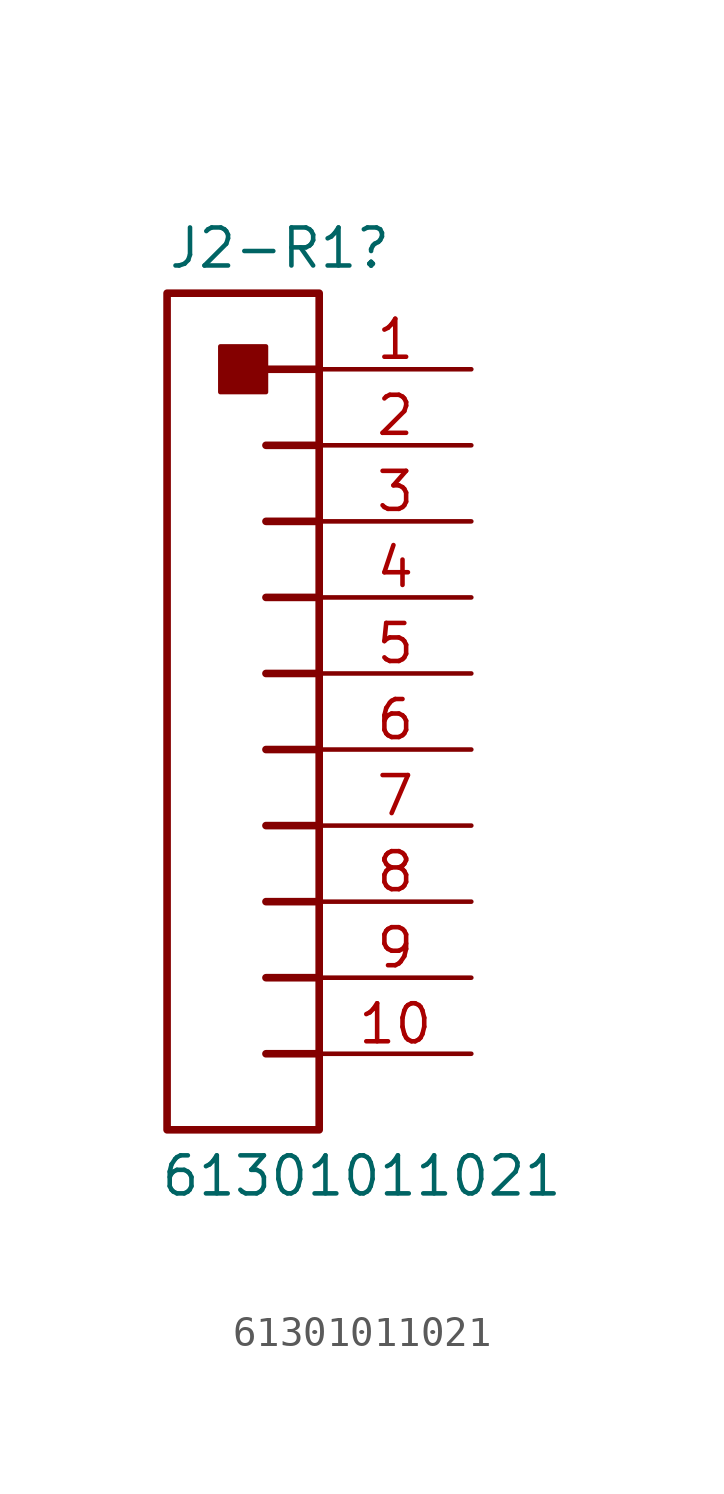
<source format=kicad_sym>
(kicad_symbol_lib
  (version 20241209)
  (generator "kicad_symbol_editor")
  (generator_version "9.0")
  (symbol "61301011021"
    (property "Reference" "J2-R1"
      (at -5.08 0.762 0)
      (effects (font (size 1.27 1.27)) (justify left bottom)))
    (property "Value" "61301011021"
      (at -5.334 -30.226 0)
      (effects (font (size 1.27 1.27)) (justify left bottom)))
    (symbol "61301011021_1_0"
      (polyline (pts (xy -5.08 0) (xy 0 0) (xy 0 -27.94) (xy -5.08 -27.94) (xy -5.08 0)) (stroke (width 0.254) (type default)) (fill (type none)))
      (rectangle (start -1.778 -1.778) (end -3.302 -3.302) (stroke (width 0) (type default)) (fill (type outline)))
      (polyline (pts (xy 0 -2.54) (xy -1.778 -2.54)) (stroke (width 0.254) (type default)) (fill (type none)))
      (polyline (pts (xy 0 -5.08) (xy -1.778 -5.08)) (stroke (width 0.254) (type default)) (fill (type none)))
      (polyline (pts (xy 0 -7.62) (xy -1.778 -7.62)) (stroke (width 0.254) (type default)) (fill (type none)))
      (polyline (pts (xy 0 -10.16) (xy -1.778 -10.16)) (stroke (width 0.254) (type default)) (fill (type none)))
      (polyline (pts (xy 0 -12.7) (xy -1.778 -12.7)) (stroke (width 0.254) (type default)) (fill (type none)))
      (polyline (pts (xy 0 -15.24) (xy -1.778 -15.24)) (stroke (width 0.254) (type default)) (fill (type none)))
      (polyline (pts (xy 0 -17.78) (xy -1.778 -17.78)) (stroke (width 0.254) (type default)) (fill (type none)))
      (polyline (pts (xy 0 -20.32) (xy -1.778 -20.32)) (stroke (width 0.254) (type default)) (fill (type none)))
      (polyline (pts (xy 0 -22.86) (xy -1.778 -22.86)) (stroke (width 0.254) (type default)) (fill (type none)))
      (polyline (pts (xy 0 -25.4) (xy -1.778 -25.4)) (stroke (width 0.254) (type default)) (fill (type none)))
      (pin passive line (at 5.08 -2.54 180) (length 5.08) (name "1" (effects (font (size 0 0)))) (number "1" (effects (font (size 1.27 1.27)))))
      (pin passive line (at 5.08 -5.08 180) (length 5.08) (name "2" (effects (font (size 0 0)))) (number "2" (effects (font (size 1.27 1.27)))))
      (pin passive line (at 5.08 -7.62 180) (length 5.08) (name "3" (effects (font (size 0 0)))) (number "3" (effects (font (size 1.27 1.27)))))
      (pin passive line (at 5.08 -10.16 180) (length 5.08) (name "4" (effects (font (size 0 0)))) (number "4" (effects (font (size 1.27 1.27)))))
      (pin passive line (at 5.08 -12.7 180) (length 5.08) (name "5" (effects (font (size 0 0)))) (number "5" (effects (font (size 1.27 1.27)))))
      (pin passive line (at 5.08 -15.24 180) (length 5.08) (name "6" (effects (font (size 0 0)))) (number "6" (effects (font (size 1.27 1.27)))))
      (pin passive line (at 5.08 -17.78 180) (length 5.08) (name "7" (effects (font (size 0 0)))) (number "7" (effects (font (size 1.27 1.27)))))
      (pin passive line (at 5.08 -20.32 180) (length 5.08) (name "8" (effects (font (size 0 0)))) (number "8" (effects (font (size 1.27 1.27)))))
      (pin passive line (at 5.08 -22.86 180) (length 5.08) (name "9" (effects (font (size 0 0)))) (number "9" (effects (font (size 1.27 1.27)))))
      (pin passive line (at 5.08 -25.4 180) (length 5.08) (name "10" (effects (font (size 0 0)))) (number "10" (effects (font (size 1.27 1.27))))))))
</source>
